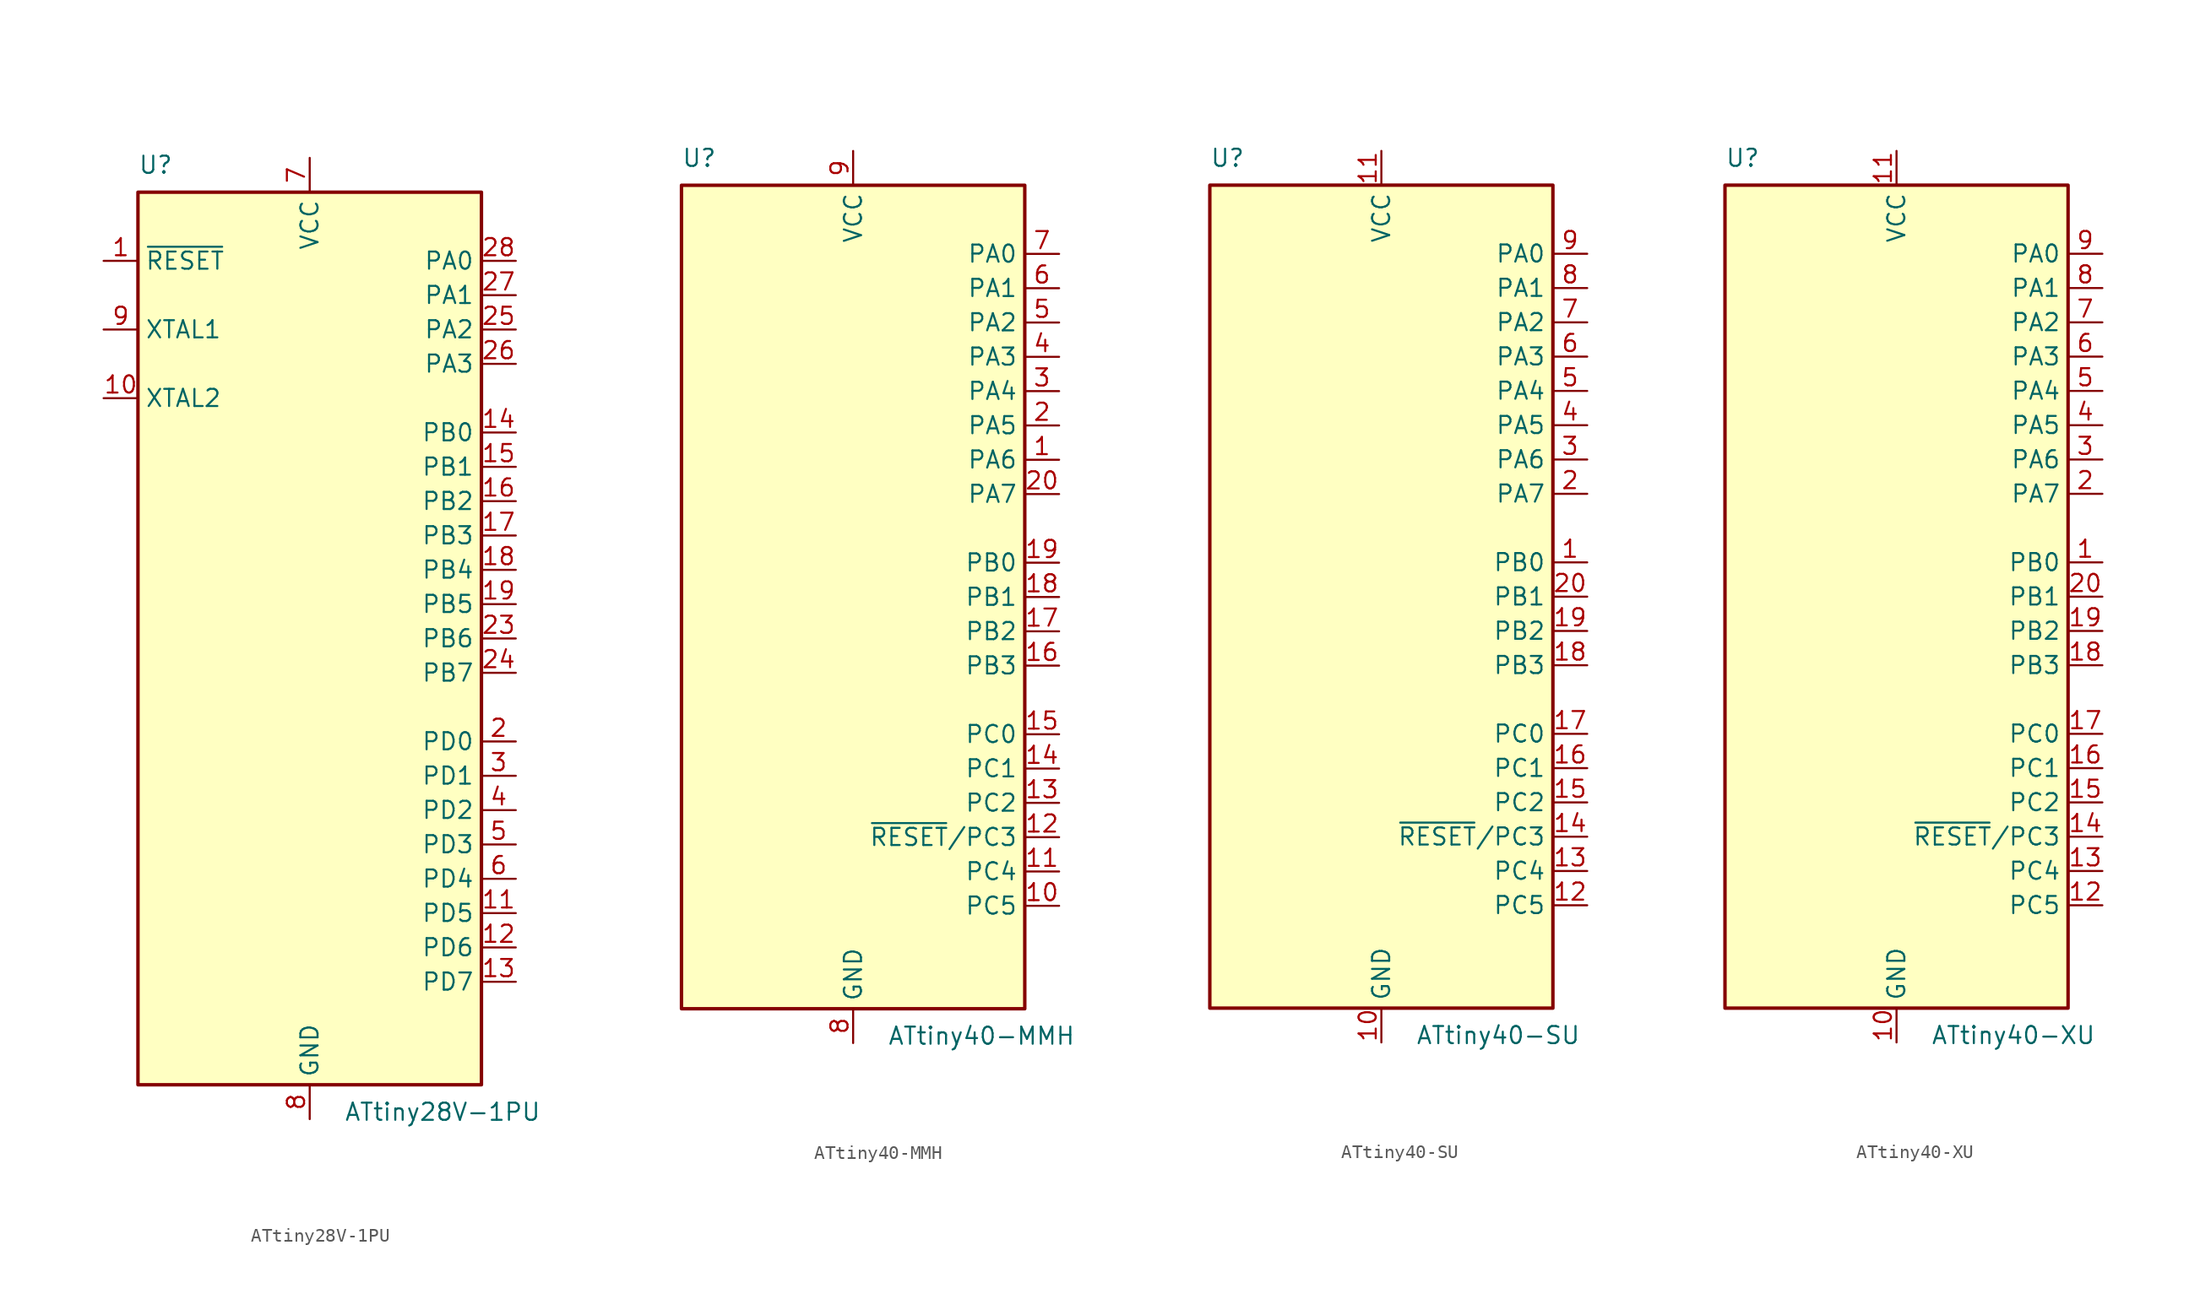
<source format=kicad_sym>
(kicad_symbol_lib
  (version 20201005)
  (generator kicad_symbol_editor)
  (symbol "ATtiny28V-1PU"
    (property "Reference" "U"
      (at -12.7 34.29 0)
      (effects (font (size 1.27 1.27)) (justify left bottom)))
    (property "Value" "ATtiny28V-1PU"
      (at 2.54 -34.29 0)
      (effects (font (size 1.27 1.27)) (justify left top)))
    (symbol "ATtiny28V-1PU_0_1"
      (rectangle (start -12.7 -33.02) (end 12.7 33.02) (stroke (width 0.254)) (fill (type background))))
    (symbol "ATtiny28V-1PU_1_1"
      (pin input line (at -15.24 27.94 0) (length 2.54) (name "~RESET" (effects (font (size 1.27 1.27)))) (number "1" (effects (font (size 1.27 1.27)))))
      (pin output line (at -15.24 17.78 0) (length 2.54) (name "XTAL2" (effects (font (size 1.27 1.27)))) (number "10" (effects (font (size 1.27 1.27)))))
      (pin tri_state line (at 15.24 -20.32 180) (length 2.54) (name "PD5" (effects (font (size 1.27 1.27)))) (number "11" (effects (font (size 1.27 1.27)))))
      (pin tri_state line (at 15.24 -22.86 180) (length 2.54) (name "PD6" (effects (font (size 1.27 1.27)))) (number "12" (effects (font (size 1.27 1.27)))))
      (pin tri_state line (at 15.24 -25.4 180) (length 2.54) (name "PD7" (effects (font (size 1.27 1.27)))) (number "13" (effects (font (size 1.27 1.27)))))
      (pin tri_state line (at 15.24 15.24 180) (length 2.54) (name "PB0" (effects (font (size 1.27 1.27)))) (number "14" (effects (font (size 1.27 1.27)))))
      (pin tri_state line (at 15.24 12.7 180) (length 2.54) (name "PB1" (effects (font (size 1.27 1.27)))) (number "15" (effects (font (size 1.27 1.27)))))
      (pin tri_state line (at 15.24 10.16 180) (length 2.54) (name "PB2" (effects (font (size 1.27 1.27)))) (number "16" (effects (font (size 1.27 1.27)))))
      (pin tri_state line (at 15.24 7.62 180) (length 2.54) (name "PB3" (effects (font (size 1.27 1.27)))) (number "17" (effects (font (size 1.27 1.27)))))
      (pin tri_state line (at 15.24 5.08 180) (length 2.54) (name "PB4" (effects (font (size 1.27 1.27)))) (number "18" (effects (font (size 1.27 1.27)))))
      (pin tri_state line (at 15.24 2.54 180) (length 2.54) (name "PB5" (effects (font (size 1.27 1.27)))) (number "19" (effects (font (size 1.27 1.27)))))
      (pin tri_state line (at 15.24 -7.62 180) (length 2.54) (name "PD0" (effects (font (size 1.27 1.27)))) (number "2" (effects (font (size 1.27 1.27)))))
      (pin passive line (at 0 35.56 270) (length 2.54) hide (name "VCC" (effects (font (size 1.27 1.27)))) (number "20" (effects (font (size 1.27 1.27)))))
      (pin no_connect line (at -12.7 -30.48 0) (length 2.54) hide (name "NC" (effects (font (size 1.27 1.27)))) (number "21" (effects (font (size 1.27 1.27)))))
      (pin passive line (at 0 -35.56 90) (length 2.54) hide (name "GND" (effects (font (size 1.27 1.27)))) (number "22" (effects (font (size 1.27 1.27)))))
      (pin tri_state line (at 15.24 0 180) (length 2.54) (name "PB6" (effects (font (size 1.27 1.27)))) (number "23" (effects (font (size 1.27 1.27)))))
      (pin tri_state line (at 15.24 -2.54 180) (length 2.54) (name "PB7" (effects (font (size 1.27 1.27)))) (number "24" (effects (font (size 1.27 1.27)))))
      (pin tri_state line (at 15.24 22.86 180) (length 2.54) (name "PA2" (effects (font (size 1.27 1.27)))) (number "25" (effects (font (size 1.27 1.27)))))
      (pin tri_state line (at 15.24 20.32 180) (length 2.54) (name "PA3" (effects (font (size 1.27 1.27)))) (number "26" (effects (font (size 1.27 1.27)))))
      (pin tri_state line (at 15.24 25.4 180) (length 2.54) (name "PA1" (effects (font (size 1.27 1.27)))) (number "27" (effects (font (size 1.27 1.27)))))
      (pin tri_state line (at 15.24 27.94 180) (length 2.54) (name "PA0" (effects (font (size 1.27 1.27)))) (number "28" (effects (font (size 1.27 1.27)))))
      (pin tri_state line (at 15.24 -10.16 180) (length 2.54) (name "PD1" (effects (font (size 1.27 1.27)))) (number "3" (effects (font (size 1.27 1.27)))))
      (pin tri_state line (at 15.24 -12.7 180) (length 2.54) (name "PD2" (effects (font (size 1.27 1.27)))) (number "4" (effects (font (size 1.27 1.27)))))
      (pin tri_state line (at 15.24 -15.24 180) (length 2.54) (name "PD3" (effects (font (size 1.27 1.27)))) (number "5" (effects (font (size 1.27 1.27)))))
      (pin tri_state line (at 15.24 -17.78 180) (length 2.54) (name "PD4" (effects (font (size 1.27 1.27)))) (number "6" (effects (font (size 1.27 1.27)))))
      (pin power_in line (at 0 35.56 270) (length 2.54) (name "VCC" (effects (font (size 1.27 1.27)))) (number "7" (effects (font (size 1.27 1.27)))))
      (pin power_in line (at 0 -35.56 90) (length 2.54) (name "GND" (effects (font (size 1.27 1.27)))) (number "8" (effects (font (size 1.27 1.27)))))
      (pin input line (at -15.24 22.86 0) (length 2.54) (name "XTAL1" (effects (font (size 1.27 1.27)))) (number "9" (effects (font (size 1.27 1.27)))))))
  (symbol "ATtiny40-MMH"
    (property "Reference" "U"
      (at -12.7 31.75 0)
      (effects (font (size 1.27 1.27)) (justify left bottom)))
    (property "Value" "ATtiny40-MMH"
      (at 2.54 -31.75 0)
      (effects (font (size 1.27 1.27)) (justify left top)))
    (symbol "ATtiny40-MMH_0_1"
      (rectangle (start -12.7 -30.48) (end 12.7 30.48) (stroke (width 0.254)) (fill (type background))))
    (symbol "ATtiny40-MMH_1_1"
      (pin tri_state line (at 15.24 10.16 180) (length 2.54) (name "PA6" (effects (font (size 1.27 1.27)))) (number "1" (effects (font (size 1.27 1.27)))))
      (pin tri_state line (at 15.24 -22.86 180) (length 2.54) (name "PC5" (effects (font (size 1.27 1.27)))) (number "10" (effects (font (size 1.27 1.27)))))
      (pin tri_state line (at 15.24 -20.32 180) (length 2.54) (name "PC4" (effects (font (size 1.27 1.27)))) (number "11" (effects (font (size 1.27 1.27)))))
      (pin tri_state line (at 15.24 -17.78 180) (length 2.54) (name "~RESET~/PC3" (effects (font (size 1.27 1.27)))) (number "12" (effects (font (size 1.27 1.27)))))
      (pin tri_state line (at 15.24 -15.24 180) (length 2.54) (name "PC2" (effects (font (size 1.27 1.27)))) (number "13" (effects (font (size 1.27 1.27)))))
      (pin tri_state line (at 15.24 -12.7 180) (length 2.54) (name "PC1" (effects (font (size 1.27 1.27)))) (number "14" (effects (font (size 1.27 1.27)))))
      (pin tri_state line (at 15.24 -10.16 180) (length 2.54) (name "PC0" (effects (font (size 1.27 1.27)))) (number "15" (effects (font (size 1.27 1.27)))))
      (pin tri_state line (at 15.24 -5.08 180) (length 2.54) (name "PB3" (effects (font (size 1.27 1.27)))) (number "16" (effects (font (size 1.27 1.27)))))
      (pin tri_state line (at 15.24 -2.54 180) (length 2.54) (name "PB2" (effects (font (size 1.27 1.27)))) (number "17" (effects (font (size 1.27 1.27)))))
      (pin tri_state line (at 15.24 0 180) (length 2.54) (name "PB1" (effects (font (size 1.27 1.27)))) (number "18" (effects (font (size 1.27 1.27)))))
      (pin tri_state line (at 15.24 2.54 180) (length 2.54) (name "PB0" (effects (font (size 1.27 1.27)))) (number "19" (effects (font (size 1.27 1.27)))))
      (pin tri_state line (at 15.24 12.7 180) (length 2.54) (name "PA5" (effects (font (size 1.27 1.27)))) (number "2" (effects (font (size 1.27 1.27)))))
      (pin tri_state line (at 15.24 7.62 180) (length 2.54) (name "PA7" (effects (font (size 1.27 1.27)))) (number "20" (effects (font (size 1.27 1.27)))))
      (pin passive line (at 0 -33.02 90) (length 2.54) hide (name "GND" (effects (font (size 1.27 1.27)))) (number "21" (effects (font (size 1.27 1.27)))))
      (pin tri_state line (at 15.24 15.24 180) (length 2.54) (name "PA4" (effects (font (size 1.27 1.27)))) (number "3" (effects (font (size 1.27 1.27)))))
      (pin tri_state line (at 15.24 17.78 180) (length 2.54) (name "PA3" (effects (font (size 1.27 1.27)))) (number "4" (effects (font (size 1.27 1.27)))))
      (pin tri_state line (at 15.24 20.32 180) (length 2.54) (name "PA2" (effects (font (size 1.27 1.27)))) (number "5" (effects (font (size 1.27 1.27)))))
      (pin tri_state line (at 15.24 22.86 180) (length 2.54) (name "PA1" (effects (font (size 1.27 1.27)))) (number "6" (effects (font (size 1.27 1.27)))))
      (pin tri_state line (at 15.24 25.4 180) (length 2.54) (name "PA0" (effects (font (size 1.27 1.27)))) (number "7" (effects (font (size 1.27 1.27)))))
      (pin power_in line (at 0 -33.02 90) (length 2.54) (name "GND" (effects (font (size 1.27 1.27)))) (number "8" (effects (font (size 1.27 1.27)))))
      (pin power_in line (at 0 33.02 270) (length 2.54) (name "VCC" (effects (font (size 1.27 1.27)))) (number "9" (effects (font (size 1.27 1.27)))))))
  (symbol "ATtiny40-SU"
    (property "Reference" "U"
      (at -12.7 31.75 0)
      (effects (font (size 1.27 1.27)) (justify left bottom)))
    (property "Value" "ATtiny40-SU"
      (at 2.54 -31.75 0)
      (effects (font (size 1.27 1.27)) (justify left top)))
    (symbol "ATtiny40-SU_0_1"
      (rectangle (start -12.7 -30.48) (end 12.7 30.48) (stroke (width 0.254)) (fill (type background))))
    (symbol "ATtiny40-SU_1_1"
      (pin tri_state line (at 15.24 2.54 180) (length 2.54) (name "PB0" (effects (font (size 1.27 1.27)))) (number "1" (effects (font (size 1.27 1.27)))))
      (pin power_in line (at 0 -33.02 90) (length 2.54) (name "GND" (effects (font (size 1.27 1.27)))) (number "10" (effects (font (size 1.27 1.27)))))
      (pin power_in line (at 0 33.02 270) (length 2.54) (name "VCC" (effects (font (size 1.27 1.27)))) (number "11" (effects (font (size 1.27 1.27)))))
      (pin tri_state line (at 15.24 -22.86 180) (length 2.54) (name "PC5" (effects (font (size 1.27 1.27)))) (number "12" (effects (font (size 1.27 1.27)))))
      (pin tri_state line (at 15.24 -20.32 180) (length 2.54) (name "PC4" (effects (font (size 1.27 1.27)))) (number "13" (effects (font (size 1.27 1.27)))))
      (pin tri_state line (at 15.24 -17.78 180) (length 2.54) (name "~RESET~/PC3" (effects (font (size 1.27 1.27)))) (number "14" (effects (font (size 1.27 1.27)))))
      (pin tri_state line (at 15.24 -15.24 180) (length 2.54) (name "PC2" (effects (font (size 1.27 1.27)))) (number "15" (effects (font (size 1.27 1.27)))))
      (pin tri_state line (at 15.24 -12.7 180) (length 2.54) (name "PC1" (effects (font (size 1.27 1.27)))) (number "16" (effects (font (size 1.27 1.27)))))
      (pin tri_state line (at 15.24 -10.16 180) (length 2.54) (name "PC0" (effects (font (size 1.27 1.27)))) (number "17" (effects (font (size 1.27 1.27)))))
      (pin tri_state line (at 15.24 -5.08 180) (length 2.54) (name "PB3" (effects (font (size 1.27 1.27)))) (number "18" (effects (font (size 1.27 1.27)))))
      (pin tri_state line (at 15.24 -2.54 180) (length 2.54) (name "PB2" (effects (font (size 1.27 1.27)))) (number "19" (effects (font (size 1.27 1.27)))))
      (pin tri_state line (at 15.24 7.62 180) (length 2.54) (name "PA7" (effects (font (size 1.27 1.27)))) (number "2" (effects (font (size 1.27 1.27)))))
      (pin tri_state line (at 15.24 0 180) (length 2.54) (name "PB1" (effects (font (size 1.27 1.27)))) (number "20" (effects (font (size 1.27 1.27)))))
      (pin tri_state line (at 15.24 10.16 180) (length 2.54) (name "PA6" (effects (font (size 1.27 1.27)))) (number "3" (effects (font (size 1.27 1.27)))))
      (pin tri_state line (at 15.24 12.7 180) (length 2.54) (name "PA5" (effects (font (size 1.27 1.27)))) (number "4" (effects (font (size 1.27 1.27)))))
      (pin tri_state line (at 15.24 15.24 180) (length 2.54) (name "PA4" (effects (font (size 1.27 1.27)))) (number "5" (effects (font (size 1.27 1.27)))))
      (pin tri_state line (at 15.24 17.78 180) (length 2.54) (name "PA3" (effects (font (size 1.27 1.27)))) (number "6" (effects (font (size 1.27 1.27)))))
      (pin tri_state line (at 15.24 20.32 180) (length 2.54) (name "PA2" (effects (font (size 1.27 1.27)))) (number "7" (effects (font (size 1.27 1.27)))))
      (pin tri_state line (at 15.24 22.86 180) (length 2.54) (name "PA1" (effects (font (size 1.27 1.27)))) (number "8" (effects (font (size 1.27 1.27)))))
      (pin tri_state line (at 15.24 25.4 180) (length 2.54) (name "PA0" (effects (font (size 1.27 1.27)))) (number "9" (effects (font (size 1.27 1.27)))))))
  (symbol "ATtiny40-XU"
    (property "Reference" "U"
      (at -12.7 31.75 0)
      (effects (font (size 1.27 1.27)) (justify left bottom)))
    (property "Value" "ATtiny40-XU"
      (at 2.54 -31.75 0)
      (effects (font (size 1.27 1.27)) (justify left top)))
    (symbol "ATtiny40-XU_0_1"
      (rectangle (start -12.7 -30.48) (end 12.7 30.48) (stroke (width 0.254)) (fill (type background))))
    (symbol "ATtiny40-XU_1_1"
      (pin tri_state line (at 15.24 2.54 180) (length 2.54) (name "PB0" (effects (font (size 1.27 1.27)))) (number "1" (effects (font (size 1.27 1.27)))))
      (pin power_in line (at 0 -33.02 90) (length 2.54) (name "GND" (effects (font (size 1.27 1.27)))) (number "10" (effects (font (size 1.27 1.27)))))
      (pin power_in line (at 0 33.02 270) (length 2.54) (name "VCC" (effects (font (size 1.27 1.27)))) (number "11" (effects (font (size 1.27 1.27)))))
      (pin tri_state line (at 15.24 -22.86 180) (length 2.54) (name "PC5" (effects (font (size 1.27 1.27)))) (number "12" (effects (font (size 1.27 1.27)))))
      (pin tri_state line (at 15.24 -20.32 180) (length 2.54) (name "PC4" (effects (font (size 1.27 1.27)))) (number "13" (effects (font (size 1.27 1.27)))))
      (pin tri_state line (at 15.24 -17.78 180) (length 2.54) (name "~RESET~/PC3" (effects (font (size 1.27 1.27)))) (number "14" (effects (font (size 1.27 1.27)))))
      (pin tri_state line (at 15.24 -15.24 180) (length 2.54) (name "PC2" (effects (font (size 1.27 1.27)))) (number "15" (effects (font (size 1.27 1.27)))))
      (pin tri_state line (at 15.24 -12.7 180) (length 2.54) (name "PC1" (effects (font (size 1.27 1.27)))) (number "16" (effects (font (size 1.27 1.27)))))
      (pin tri_state line (at 15.24 -10.16 180) (length 2.54) (name "PC0" (effects (font (size 1.27 1.27)))) (number "17" (effects (font (size 1.27 1.27)))))
      (pin tri_state line (at 15.24 -5.08 180) (length 2.54) (name "PB3" (effects (font (size 1.27 1.27)))) (number "18" (effects (font (size 1.27 1.27)))))
      (pin tri_state line (at 15.24 -2.54 180) (length 2.54) (name "PB2" (effects (font (size 1.27 1.27)))) (number "19" (effects (font (size 1.27 1.27)))))
      (pin tri_state line (at 15.24 7.62 180) (length 2.54) (name "PA7" (effects (font (size 1.27 1.27)))) (number "2" (effects (font (size 1.27 1.27)))))
      (pin tri_state line (at 15.24 0 180) (length 2.54) (name "PB1" (effects (font (size 1.27 1.27)))) (number "20" (effects (font (size 1.27 1.27)))))
      (pin tri_state line (at 15.24 10.16 180) (length 2.54) (name "PA6" (effects (font (size 1.27 1.27)))) (number "3" (effects (font (size 1.27 1.27)))))
      (pin tri_state line (at 15.24 12.7 180) (length 2.54) (name "PA5" (effects (font (size 1.27 1.27)))) (number "4" (effects (font (size 1.27 1.27)))))
      (pin tri_state line (at 15.24 15.24 180) (length 2.54) (name "PA4" (effects (font (size 1.27 1.27)))) (number "5" (effects (font (size 1.27 1.27)))))
      (pin tri_state line (at 15.24 17.78 180) (length 2.54) (name "PA3" (effects (font (size 1.27 1.27)))) (number "6" (effects (font (size 1.27 1.27)))))
      (pin tri_state line (at 15.24 20.32 180) (length 2.54) (name "PA2" (effects (font (size 1.27 1.27)))) (number "7" (effects (font (size 1.27 1.27)))))
      (pin tri_state line (at 15.24 22.86 180) (length 2.54) (name "PA1" (effects (font (size 1.27 1.27)))) (number "8" (effects (font (size 1.27 1.27)))))
      (pin tri_state line (at 15.24 25.4 180) (length 2.54) (name "PA0" (effects (font (size 1.27 1.27)))) (number "9" (effects (font (size 1.27 1.27))))))))
</source>
